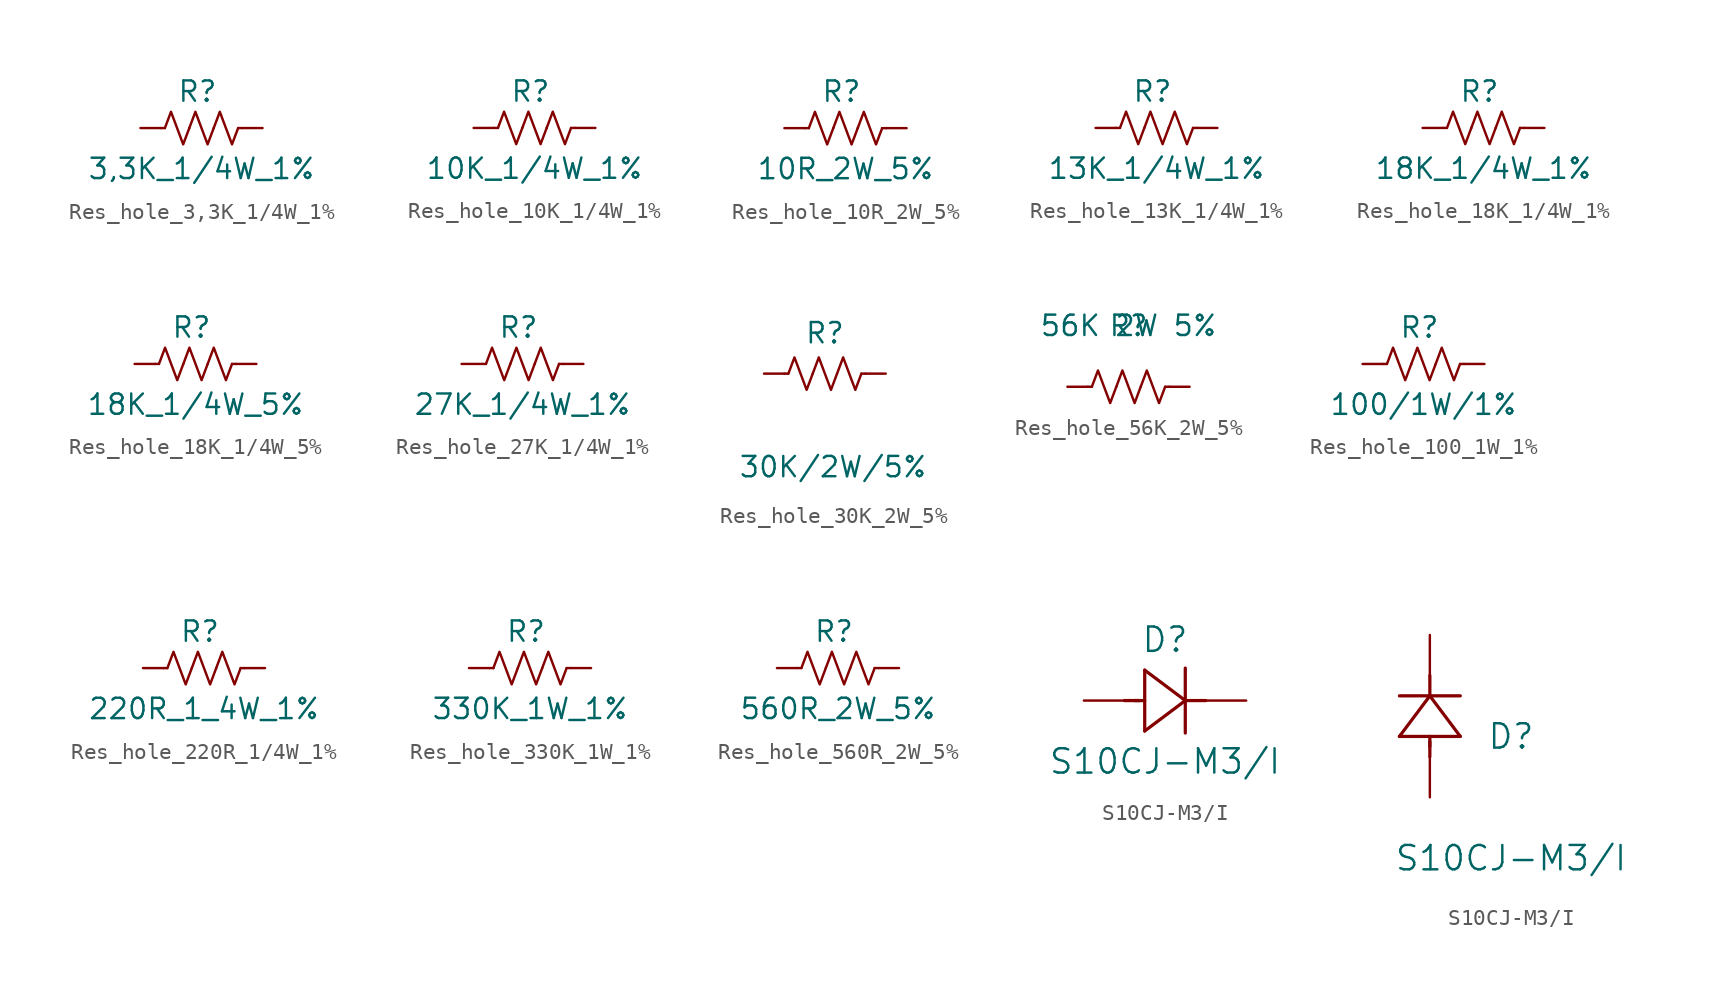
<source format=kicad_sym>
(kicad_symbol_lib
  (version 20231120)
  (generator "kicad_symbol_editor")
  (generator_version "8.0")
  (symbol "Res_hole_3,3K_1/4W_1%"
    (pin_numbers hide)
    (pin_names
      (offset 0))
    (property "Reference" "R"
      (at 3.556 2.286 0)
      (effects (font (size 1.27 1.27))))
    (property "Value" "3,3K_1/4W_1%"
      (at 3.81 -2.54 0)
      (effects (font (size 1.27 1.27))))
    (symbol "Res_hole_3,3K_1/4W_1%_0_1"
      (polyline (pts (xy 1.524 0) (xy 1.27 0)) (stroke (width 0) (type default)) (fill (type none)))
      (polyline (pts (xy 6.096 0) (xy 6.35 0)) (stroke (width 0) (type default)) (fill (type none)))
      (polyline (pts (xy 1.524 0) (xy 1.905 1.016) (xy 2.286 0) (xy 2.667 -1.016) (xy 3.048 0)) (stroke (width 0) (type default)) (fill (type none)))
      (polyline (pts (xy 3.048 0) (xy 3.429 1.016) (xy 3.81 0) (xy 4.191 -1.016) (xy 4.572 0)) (stroke (width 0) (type default)) (fill (type none)))
      (polyline (pts (xy 4.572 0) (xy 4.953 1.016) (xy 5.334 0) (xy 5.715 -1.016) (xy 6.096 0)) (stroke (width 0) (type default)) (fill (type none))))
    (symbol "Res_hole_3,3K_1/4W_1%_1_1"
      (pin passive line (at 0 0 0) (length 1.27) (name "~" (effects (font (size 1.27 1.27)))) (number "1" (effects (font (size 1.27 1.27)))))
      (pin passive line (at 7.62 0 180) (length 1.27) (name "~" (effects (font (size 1.27 1.27)))) (number "2" (effects (font (size 1.27 1.27)))))))
  (symbol "Res_hole_10K_1/4W_1%"
    (pin_numbers hide)
    (pin_names
      (offset 0))
    (property "Reference" "R"
      (at 3.556 2.286 0)
      (effects (font (size 1.27 1.27))))
    (property "Value" "10K_1/4W_1%"
      (at 3.81 -2.54 0)
      (effects (font (size 1.27 1.27))))
    (symbol "Res_hole_10K_1/4W_1%_0_1"
      (polyline (pts (xy 1.524 0) (xy 1.27 0)) (stroke (width 0) (type default)) (fill (type none)))
      (polyline (pts (xy 6.096 0) (xy 6.35 0)) (stroke (width 0) (type default)) (fill (type none)))
      (polyline (pts (xy 1.524 0) (xy 1.905 1.016) (xy 2.286 0) (xy 2.667 -1.016) (xy 3.048 0)) (stroke (width 0) (type default)) (fill (type none)))
      (polyline (pts (xy 3.048 0) (xy 3.429 1.016) (xy 3.81 0) (xy 4.191 -1.016) (xy 4.572 0)) (stroke (width 0) (type default)) (fill (type none)))
      (polyline (pts (xy 4.572 0) (xy 4.953 1.016) (xy 5.334 0) (xy 5.715 -1.016) (xy 6.096 0)) (stroke (width 0) (type default)) (fill (type none))))
    (symbol "Res_hole_10K_1/4W_1%_1_1"
      (pin passive line (at 0 0 0) (length 1.27) (name "~" (effects (font (size 1.27 1.27)))) (number "1" (effects (font (size 1.27 1.27)))))
      (pin passive line (at 7.62 0 180) (length 1.27) (name "~" (effects (font (size 1.27 1.27)))) (number "2" (effects (font (size 1.27 1.27)))))))
  (symbol "Res_hole_10R_2W_5%"
    (pin_numbers hide)
    (pin_names
      (offset 0))
    (property "Reference" "R"
      (at 3.556 2.286 0)
      (effects (font (size 1.27 1.27))))
    (property "Value" "10R_2W_5%"
      (at 3.81 -2.54 0)
      (effects (font (size 1.27 1.27))))
    (symbol "Res_hole_10R_2W_5%_0_1"
      (polyline (pts (xy 1.524 0) (xy 1.27 0)) (stroke (width 0) (type default)) (fill (type none)))
      (polyline (pts (xy 6.096 0) (xy 6.35 0)) (stroke (width 0) (type default)) (fill (type none)))
      (polyline (pts (xy 1.524 0) (xy 1.905 1.016) (xy 2.286 0) (xy 2.667 -1.016) (xy 3.048 0)) (stroke (width 0) (type default)) (fill (type none)))
      (polyline (pts (xy 3.048 0) (xy 3.429 1.016) (xy 3.81 0) (xy 4.191 -1.016) (xy 4.572 0)) (stroke (width 0) (type default)) (fill (type none)))
      (polyline (pts (xy 4.572 0) (xy 4.953 1.016) (xy 5.334 0) (xy 5.715 -1.016) (xy 6.096 0)) (stroke (width 0) (type default)) (fill (type none))))
    (symbol "Res_hole_10R_2W_5%_1_1"
      (pin passive line (at 0 0 0) (length 1.27) (name "~" (effects (font (size 1.27 1.27)))) (number "1" (effects (font (size 1.27 1.27)))))
      (pin passive line (at 7.62 0 180) (length 1.27) (name "~" (effects (font (size 1.27 1.27)))) (number "2" (effects (font (size 1.27 1.27)))))))
  (symbol "Res_hole_13K_1/4W_1%"
    (pin_numbers hide)
    (pin_names
      (offset 0))
    (property "Reference" "R"
      (at 3.556 2.286 0)
      (effects (font (size 1.27 1.27))))
    (property "Value" "13K_1/4W_1%"
      (at 3.81 -2.54 0)
      (effects (font (size 1.27 1.27))))
    (symbol "Res_hole_13K_1/4W_1%_0_1"
      (polyline (pts (xy 1.524 0) (xy 1.27 0)) (stroke (width 0) (type default)) (fill (type none)))
      (polyline (pts (xy 6.096 0) (xy 6.35 0)) (stroke (width 0) (type default)) (fill (type none)))
      (polyline (pts (xy 1.524 0) (xy 1.905 1.016) (xy 2.286 0) (xy 2.667 -1.016) (xy 3.048 0)) (stroke (width 0) (type default)) (fill (type none)))
      (polyline (pts (xy 3.048 0) (xy 3.429 1.016) (xy 3.81 0) (xy 4.191 -1.016) (xy 4.572 0)) (stroke (width 0) (type default)) (fill (type none)))
      (polyline (pts (xy 4.572 0) (xy 4.953 1.016) (xy 5.334 0) (xy 5.715 -1.016) (xy 6.096 0)) (stroke (width 0) (type default)) (fill (type none))))
    (symbol "Res_hole_13K_1/4W_1%_1_1"
      (pin passive line (at 0 0 0) (length 1.27) (name "~" (effects (font (size 1.27 1.27)))) (number "1" (effects (font (size 1.27 1.27)))))
      (pin passive line (at 7.62 0 180) (length 1.27) (name "~" (effects (font (size 1.27 1.27)))) (number "2" (effects (font (size 1.27 1.27)))))))
  (symbol "Res_hole_18K_1/4W_1%"
    (pin_numbers hide)
    (pin_names
      (offset 0))
    (property "Reference" "R"
      (at 3.556 2.286 0)
      (effects (font (size 1.27 1.27))))
    (property "Value" "18K_1/4W_1%"
      (at 3.81 -2.54 0)
      (effects (font (size 1.27 1.27))))
    (symbol "Res_hole_18K_1/4W_1%_0_1"
      (polyline (pts (xy 1.524 0) (xy 1.27 0)) (stroke (width 0) (type default)) (fill (type none)))
      (polyline (pts (xy 6.096 0) (xy 6.35 0)) (stroke (width 0) (type default)) (fill (type none)))
      (polyline (pts (xy 1.524 0) (xy 1.905 1.016) (xy 2.286 0) (xy 2.667 -1.016) (xy 3.048 0)) (stroke (width 0) (type default)) (fill (type none)))
      (polyline (pts (xy 3.048 0) (xy 3.429 1.016) (xy 3.81 0) (xy 4.191 -1.016) (xy 4.572 0)) (stroke (width 0) (type default)) (fill (type none)))
      (polyline (pts (xy 4.572 0) (xy 4.953 1.016) (xy 5.334 0) (xy 5.715 -1.016) (xy 6.096 0)) (stroke (width 0) (type default)) (fill (type none))))
    (symbol "Res_hole_18K_1/4W_1%_1_1"
      (pin passive line (at 0 0 0) (length 1.27) (name "~" (effects (font (size 1.27 1.27)))) (number "1" (effects (font (size 1.27 1.27)))))
      (pin passive line (at 7.62 0 180) (length 1.27) (name "~" (effects (font (size 1.27 1.27)))) (number "2" (effects (font (size 1.27 1.27)))))))
  (symbol "Res_hole_18K_1/4W_5%"
    (pin_numbers hide)
    (pin_names
      (offset 0))
    (property "Reference" "R"
      (at 3.556 2.286 0)
      (effects (font (size 1.27 1.27))))
    (property "Value" "18K_1/4W_5%"
      (at 3.81 -2.54 0)
      (effects (font (size 1.27 1.27))))
    (symbol "Res_hole_18K_1/4W_5%_0_1"
      (polyline (pts (xy 1.524 0) (xy 1.27 0)) (stroke (width 0) (type default)) (fill (type none)))
      (polyline (pts (xy 6.096 0) (xy 6.35 0)) (stroke (width 0) (type default)) (fill (type none)))
      (polyline (pts (xy 1.524 0) (xy 1.905 1.016) (xy 2.286 0) (xy 2.667 -1.016) (xy 3.048 0)) (stroke (width 0) (type default)) (fill (type none)))
      (polyline (pts (xy 3.048 0) (xy 3.429 1.016) (xy 3.81 0) (xy 4.191 -1.016) (xy 4.572 0)) (stroke (width 0) (type default)) (fill (type none)))
      (polyline (pts (xy 4.572 0) (xy 4.953 1.016) (xy 5.334 0) (xy 5.715 -1.016) (xy 6.096 0)) (stroke (width 0) (type default)) (fill (type none))))
    (symbol "Res_hole_18K_1/4W_5%_1_1"
      (pin passive line (at 0 0 0) (length 1.27) (name "~" (effects (font (size 1.27 1.27)))) (number "1" (effects (font (size 1.27 1.27)))))
      (pin passive line (at 7.62 0 180) (length 1.27) (name "~" (effects (font (size 1.27 1.27)))) (number "2" (effects (font (size 1.27 1.27)))))))
  (symbol "Res_hole_27K_1/4W_1%"
    (pin_numbers hide)
    (pin_names
      (offset 0))
    (property "Reference" "R"
      (at 3.556 2.286 0)
      (effects (font (size 1.27 1.27))))
    (property "Value" "27K_1/4W_1%"
      (at 3.81 -2.54 0)
      (effects (font (size 1.27 1.27))))
    (symbol "Res_hole_27K_1/4W_1%_0_1"
      (polyline (pts (xy 1.524 0) (xy 1.27 0)) (stroke (width 0) (type default)) (fill (type none)))
      (polyline (pts (xy 6.096 0) (xy 6.35 0)) (stroke (width 0) (type default)) (fill (type none)))
      (polyline (pts (xy 1.524 0) (xy 1.905 1.016) (xy 2.286 0) (xy 2.667 -1.016) (xy 3.048 0)) (stroke (width 0) (type default)) (fill (type none)))
      (polyline (pts (xy 3.048 0) (xy 3.429 1.016) (xy 3.81 0) (xy 4.191 -1.016) (xy 4.572 0)) (stroke (width 0) (type default)) (fill (type none)))
      (polyline (pts (xy 4.572 0) (xy 4.953 1.016) (xy 5.334 0) (xy 5.715 -1.016) (xy 6.096 0)) (stroke (width 0) (type default)) (fill (type none))))
    (symbol "Res_hole_27K_1/4W_1%_1_1"
      (pin passive line (at 0 0 0) (length 1.27) (name "~" (effects (font (size 1.27 1.27)))) (number "1" (effects (font (size 1.27 1.27)))))
      (pin passive line (at 7.62 0 180) (length 1.27) (name "~" (effects (font (size 1.27 1.27)))) (number "2" (effects (font (size 1.27 1.27)))))))
  (symbol "Res_hole_30K_2W_5%"
    (pin_numbers hide)
    (pin_names hide)
    (property "Reference" "R"
      (at 0 0 0)
      (effects (font (size 1.27 1.27))))
    (property "Value" "30K/2W/5%"
      (at 0.508 -8.382 0)
      (effects (font (size 1.27 1.27))))
    (symbol "Res_hole_30K_2W_5%_0_1"
      (polyline (pts (xy -2.286 -2.54) (xy -2.54 -2.54)) (stroke (width 0) (type default)) (fill (type none)))
      (polyline (pts (xy 2.286 -2.54) (xy 2.54 -2.54)) (stroke (width 0) (type default)) (fill (type none)))
      (polyline (pts (xy -2.286 -2.54) (xy -1.905 -1.524) (xy -1.524 -2.54) (xy -1.143 -3.556) (xy -0.762 -2.54)) (stroke (width 0) (type default)) (fill (type none)))
      (polyline (pts (xy 0.762 -2.54) (xy 1.143 -1.524) (xy 1.524 -2.54) (xy 1.905 -3.556) (xy 2.286 -2.54)) (stroke (width 0) (type default)) (fill (type none))))
    (symbol "Res_hole_30K_2W_5%_1_1"
      (polyline (pts (xy -0.762 -2.54) (xy -0.381 -1.524) (xy 0 -2.54) (xy 0.381 -3.556) (xy 0.762 -2.54)) (stroke (width 0) (type default)) (fill (type none)))
      (pin passive line (at -3.81 -2.54 0) (length 1.27) (name "~" (effects (font (size 1.27 1.27)))) (number "1" (effects (font (size 1.27 1.27)))))
      (pin passive line (at 3.81 -2.54 180) (length 1.27) (name "~" (effects (font (size 1.27 1.27)))) (number "2" (effects (font (size 1.27 1.27)))))))
  (symbol "Res_hole_56K_2W_5%"
    (pin_numbers hide)
    (pin_names hide)
    (property "Reference" "R"
      (at 0 0 0)
      (effects (font (size 1.27 1.27))))
    (property "Value" "56K 2W 5%"
      (at 0 0 0)
      (effects (font (size 1.27 1.27))))
    (symbol "Res_hole_56K_2W_5%_0_1"
      (polyline (pts (xy -2.286 -3.81) (xy -2.54 -3.81)) (stroke (width 0) (type default)) (fill (type none)))
      (polyline (pts (xy 2.286 -3.81) (xy 2.54 -3.81)) (stroke (width 0) (type default)) (fill (type none)))
      (polyline (pts (xy -2.286 -3.81) (xy -1.905 -2.794) (xy -1.524 -3.81) (xy -1.143 -4.826) (xy -0.762 -3.81)) (stroke (width 0) (type default)) (fill (type none)))
      (polyline (pts (xy -0.762 -3.81) (xy -0.381 -2.794) (xy 0 -3.81) (xy 0.381 -4.826) (xy 0.762 -3.81)) (stroke (width 0) (type default)) (fill (type none)))
      (polyline (pts (xy 0.762 -3.81) (xy 1.143 -2.794) (xy 1.524 -3.81) (xy 1.905 -4.826) (xy 2.286 -3.81)) (stroke (width 0) (type default)) (fill (type none))))
    (symbol "Res_hole_56K_2W_5%_1_1"
      (pin passive line (at -3.81 -3.81 0) (length 1.27) (name "~" (effects (font (size 1.27 1.27)))) (number "1" (effects (font (size 1.27 1.27)))))
      (pin passive line (at 3.81 -3.81 180) (length 1.27) (name "~" (effects (font (size 1.27 1.27)))) (number "2" (effects (font (size 1.27 1.27)))))))
  (symbol "Res_hole_100_1W_1%"
    (pin_numbers hide)
    (pin_names
      (offset 0))
    (property "Reference" "R"
      (at 3.556 2.286 0)
      (effects (font (size 1.27 1.27))))
    (property "Value" "100/1W/1%"
      (at 3.81 -2.54 0)
      (effects (font (size 1.27 1.27))))
    (symbol "Res_hole_100_1W_1%_0_1"
      (polyline (pts (xy 1.524 0) (xy 1.27 0)) (stroke (width 0) (type default)) (fill (type none)))
      (polyline (pts (xy 6.096 0) (xy 6.35 0)) (stroke (width 0) (type default)) (fill (type none)))
      (polyline (pts (xy 1.524 0) (xy 1.905 1.016) (xy 2.286 0) (xy 2.667 -1.016) (xy 3.048 0)) (stroke (width 0) (type default)) (fill (type none)))
      (polyline (pts (xy 3.048 0) (xy 3.429 1.016) (xy 3.81 0) (xy 4.191 -1.016) (xy 4.572 0)) (stroke (width 0) (type default)) (fill (type none)))
      (polyline (pts (xy 4.572 0) (xy 4.953 1.016) (xy 5.334 0) (xy 5.715 -1.016) (xy 6.096 0)) (stroke (width 0) (type default)) (fill (type none))))
    (symbol "Res_hole_100_1W_1%_1_1"
      (pin passive line (at 0 0 0) (length 1.27) (name "~" (effects (font (size 1.27 1.27)))) (number "1" (effects (font (size 1.27 1.27)))))
      (pin passive line (at 7.62 0 180) (length 1.27) (name "~" (effects (font (size 1.27 1.27)))) (number "2" (effects (font (size 1.27 1.27)))))))
  (symbol "Res_hole_220R_1/4W_1%"
    (pin_numbers hide)
    (pin_names
      (offset 0))
    (property "Reference" "R"
      (at 3.556 2.286 0)
      (effects (font (size 1.27 1.27))))
    (property "Value" "220R_1_4W_1%"
      (at 3.81 -2.54 0)
      (effects (font (size 1.27 1.27))))
    (symbol "Res_hole_220R_1/4W_1%_0_1"
      (polyline (pts (xy 1.524 0) (xy 1.27 0)) (stroke (width 0) (type default)) (fill (type none)))
      (polyline (pts (xy 6.096 0) (xy 6.35 0)) (stroke (width 0) (type default)) (fill (type none)))
      (polyline (pts (xy 1.524 0) (xy 1.905 1.016) (xy 2.286 0) (xy 2.667 -1.016) (xy 3.048 0)) (stroke (width 0) (type default)) (fill (type none)))
      (polyline (pts (xy 3.048 0) (xy 3.429 1.016) (xy 3.81 0) (xy 4.191 -1.016) (xy 4.572 0)) (stroke (width 0) (type default)) (fill (type none)))
      (polyline (pts (xy 4.572 0) (xy 4.953 1.016) (xy 5.334 0) (xy 5.715 -1.016) (xy 6.096 0)) (stroke (width 0) (type default)) (fill (type none))))
    (symbol "Res_hole_220R_1/4W_1%_1_1"
      (pin passive line (at 0 0 0) (length 1.27) (name "~" (effects (font (size 1.27 1.27)))) (number "1" (effects (font (size 1.27 1.27)))))
      (pin passive line (at 7.62 0 180) (length 1.27) (name "~" (effects (font (size 1.27 1.27)))) (number "2" (effects (font (size 1.27 1.27)))))))
  (symbol "Res_hole_330K_1W_1%"
    (pin_numbers hide)
    (pin_names
      (offset 0))
    (property "Reference" "R"
      (at 3.556 2.286 0)
      (effects (font (size 1.27 1.27))))
    (property "Value" "330K_1W_1%"
      (at 3.81 -2.54 0)
      (effects (font (size 1.27 1.27))))
    (symbol "Res_hole_330K_1W_1%_0_1"
      (polyline (pts (xy 1.524 0) (xy 1.27 0)) (stroke (width 0) (type default)) (fill (type none)))
      (polyline (pts (xy 6.096 0) (xy 6.35 0)) (stroke (width 0) (type default)) (fill (type none)))
      (polyline (pts (xy 1.524 0) (xy 1.905 1.016) (xy 2.286 0) (xy 2.667 -1.016) (xy 3.048 0)) (stroke (width 0) (type default)) (fill (type none)))
      (polyline (pts (xy 3.048 0) (xy 3.429 1.016) (xy 3.81 0) (xy 4.191 -1.016) (xy 4.572 0)) (stroke (width 0) (type default)) (fill (type none)))
      (polyline (pts (xy 4.572 0) (xy 4.953 1.016) (xy 5.334 0) (xy 5.715 -1.016) (xy 6.096 0)) (stroke (width 0) (type default)) (fill (type none))))
    (symbol "Res_hole_330K_1W_1%_1_1"
      (pin passive line (at 0 0 0) (length 1.27) (name "~" (effects (font (size 1.27 1.27)))) (number "1" (effects (font (size 1.27 1.27)))))
      (pin passive line (at 7.62 0 180) (length 1.27) (name "~" (effects (font (size 1.27 1.27)))) (number "2" (effects (font (size 1.27 1.27)))))))
  (symbol "Res_hole_560R_2W_5%"
    (pin_numbers hide)
    (pin_names
      (offset 0))
    (property "Reference" "R"
      (at 3.556 2.286 0)
      (effects (font (size 1.27 1.27))))
    (property "Value" "560R_2W_5%"
      (at 3.81 -2.54 0)
      (effects (font (size 1.27 1.27))))
    (symbol "Res_hole_560R_2W_5%_0_1"
      (polyline (pts (xy 1.524 0) (xy 1.27 0)) (stroke (width 0) (type default)) (fill (type none)))
      (polyline (pts (xy 6.096 0) (xy 6.35 0)) (stroke (width 0) (type default)) (fill (type none)))
      (polyline (pts (xy 1.524 0) (xy 1.905 1.016) (xy 2.286 0) (xy 2.667 -1.016) (xy 3.048 0)) (stroke (width 0) (type default)) (fill (type none)))
      (polyline (pts (xy 3.048 0) (xy 3.429 1.016) (xy 3.81 0) (xy 4.191 -1.016) (xy 4.572 0)) (stroke (width 0) (type default)) (fill (type none)))
      (polyline (pts (xy 4.572 0) (xy 4.953 1.016) (xy 5.334 0) (xy 5.715 -1.016) (xy 6.096 0)) (stroke (width 0) (type default)) (fill (type none))))
    (symbol "Res_hole_560R_2W_5%_1_1"
      (pin passive line (at 0 0 0) (length 1.27) (name "~" (effects (font (size 1.27 1.27)))) (number "1" (effects (font (size 1.27 1.27)))))
      (pin passive line (at 7.62 0 180) (length 1.27) (name "~" (effects (font (size 1.27 1.27)))) (number "2" (effects (font (size 1.27 1.27)))))))
  (symbol "S10CJ-M3/I"
    (pin_numbers hide)
    (pin_names
      (offset 0.254) hide)
    (property "Reference" "D"
      (at 5.08 3.81 0)
      (effects (font (size 1.524 1.524))))
    (property "Value" "S10CJ-M3/I"
      (at 5.08 -3.81 0)
      (effects (font (size 1.524 1.524))))
    (symbol "S10CJ-M3/I_1_1"
      (polyline (pts (xy 2.54 0) (xy 3.48 0)) (stroke (width 0.203) (type default)) (fill (type none)))
      (polyline (pts (xy 3.175 0) (xy 3.81 0)) (stroke (width 0.203) (type default)) (fill (type none)))
      (polyline (pts (xy 3.81 -1.905) (xy 6.35 0)) (stroke (width 0.203) (type default)) (fill (type none)))
      (polyline (pts (xy 3.81 1.905) (xy 3.81 -1.905)) (stroke (width 0.203) (type default)) (fill (type none)))
      (polyline (pts (xy 6.35 -2.032) (xy 6.35 2.032)) (stroke (width 0.203) (type default)) (fill (type none)))
      (polyline (pts (xy 6.35 0) (xy 3.81 1.905)) (stroke (width 0.203) (type default)) (fill (type none)))
      (polyline (pts (xy 6.35 0) (xy 7.62 0)) (stroke (width 0.203) (type default)) (fill (type none)))
      (pin unspecified line (at 10.16 0 180) (length 2.54) (name "" (effects (font (size 1.27 1.27)))) (number "1" (effects (font (size 1.27 1.27)))))
      (pin unspecified line (at 0 0 0) (length 2.54) (name "" (effects (font (size 1.27 1.27)))) (number "2" (effects (font (size 1.27 1.27))))))
    (symbol "S10CJ-M3/I_1_2"
      (polyline (pts (xy -1.905 3.81) (xy 1.905 3.81)) (stroke (width 0.203) (type default)) (fill (type none)))
      (polyline (pts (xy 0 2.54) (xy 0 3.48)) (stroke (width 0.203) (type default)) (fill (type none)))
      (polyline (pts (xy 0 3.175) (xy 0 3.81)) (stroke (width 0.203) (type default)) (fill (type none)))
      (polyline (pts (xy 0 6.35) (xy -1.905 3.81)) (stroke (width 0.203) (type default)) (fill (type none)))
      (polyline (pts (xy 0 6.35) (xy 0 7.62)) (stroke (width 0.203) (type default)) (fill (type none)))
      (polyline (pts (xy 1.905 3.81) (xy 0 6.35)) (stroke (width 0.203) (type default)) (fill (type none)))
      (polyline (pts (xy 1.905 6.35) (xy -1.905 6.35)) (stroke (width 0.203) (type default)) (fill (type none)))
      (pin unspecified line (at 0 10.16 270) (length 2.54) (name "" (effects (font (size 1.27 1.27)))) (number "1" (effects (font (size 1.27 1.27)))))
      (pin unspecified line (at 0 0 90) (length 2.54) (name "" (effects (font (size 1.27 1.27)))) (number "2" (effects (font (size 1.27 1.27))))))))
</source>
